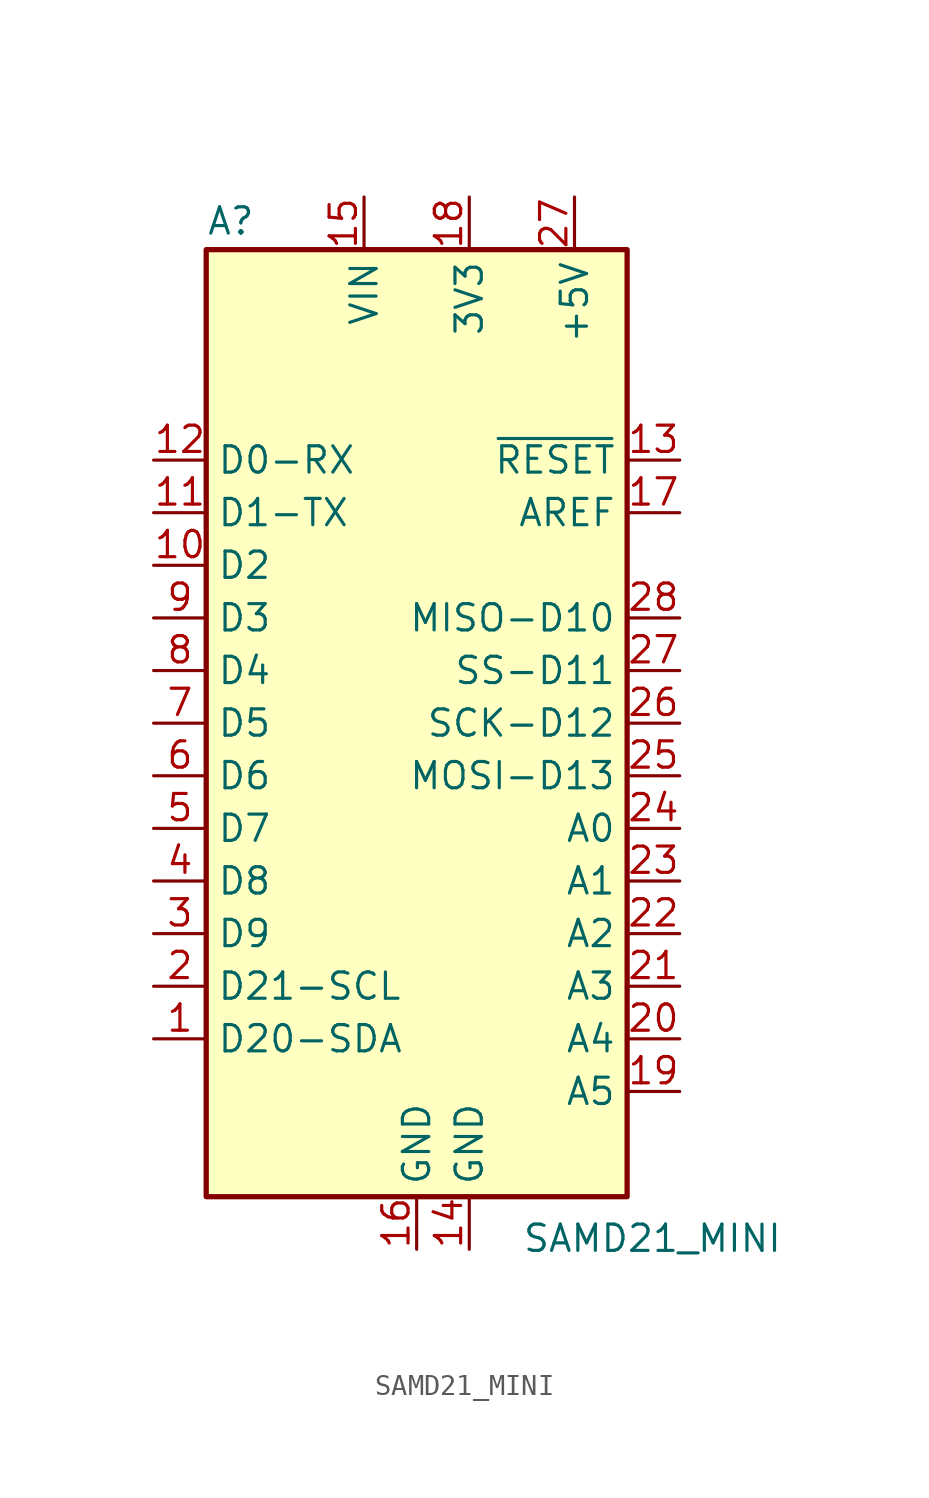
<source format=kicad_sym>
(kicad_symbol_lib
  (version 20211014)
  (generator kicad_symbol_editor)
  (symbol "SAMD21_MINI"
    (property "Reference" "A"
      (at -10.16 23.495 0)
      (effects (font (size 1.27 1.27)) (justify left bottom)))
    (property "Value" "SAMD21_MINI"
      (at 5.08 -24.13 0)
      (effects (font (size 1.27 1.27)) (justify left top)))
    (symbol "SAMD21_MINI_0_1"
      (rectangle (start -10.16 22.86) (end 10.16 -22.86) (stroke (width 0.254) (type default) (color 0 0 0 0)) (fill (type background))))
    (symbol "SAMD21_MINI_1_1"
      (pin bidirectional line (at -12.7 -15.24 0) (length 2.54) (name "D20-SDA" (effects (font (size 1.27 1.27)))) (number "1" (effects (font (size 1.27 1.27)))))
      (pin bidirectional line (at -12.7 7.62 0) (length 2.54) (name "D2" (effects (font (size 1.27 1.27)))) (number "10" (effects (font (size 1.27 1.27)))))
      (pin bidirectional line (at -12.7 10.16 0) (length 2.54) (name "D1-TX" (effects (font (size 1.27 1.27)))) (number "11" (effects (font (size 1.27 1.27)))))
      (pin bidirectional line (at -12.7 12.7 0) (length 2.54) (name "D0-RX" (effects (font (size 1.27 1.27)))) (number "12" (effects (font (size 1.27 1.27)))))
      (pin input line (at 12.7 12.7 180) (length 2.54) (name "~{RESET}" (effects (font (size 1.27 1.27)))) (number "13" (effects (font (size 1.27 1.27)))))
      (pin power_in line (at 2.54 -25.4 90) (length 2.54) (name "GND" (effects (font (size 1.27 1.27)))) (number "14" (effects (font (size 1.27 1.27)))))
      (pin power_in line (at -2.54 25.4 270) (length 2.54) (name "VIN" (effects (font (size 1.27 1.27)))) (number "15" (effects (font (size 1.27 1.27)))))
      (pin power_in line (at 0 -25.4 90) (length 2.54) (name "GND" (effects (font (size 1.27 1.27)))) (number "16" (effects (font (size 1.27 1.27)))))
      (pin input line (at 12.7 10.16 180) (length 2.54) (name "AREF" (effects (font (size 1.27 1.27)))) (number "17" (effects (font (size 1.27 1.27)))))
      (pin power_out line (at 2.54 25.4 270) (length 2.54) (name "3V3" (effects (font (size 1.27 1.27)))) (number "18" (effects (font (size 1.27 1.27)))))
      (pin bidirectional line (at 12.7 -17.78 180) (length 2.54) (name "A5" (effects (font (size 1.27 1.27)))) (number "19" (effects (font (size 1.27 1.27)))))
      (pin bidirectional line (at -12.7 -12.7 0) (length 2.54) (name "D21-SCL" (effects (font (size 1.27 1.27)))) (number "2" (effects (font (size 1.27 1.27)))))
      (pin bidirectional line (at 12.7 -15.24 180) (length 2.54) (name "A4" (effects (font (size 1.27 1.27)))) (number "20" (effects (font (size 1.27 1.27)))))
      (pin bidirectional line (at 12.7 -12.7 180) (length 2.54) (name "A3" (effects (font (size 1.27 1.27)))) (number "21" (effects (font (size 1.27 1.27)))))
      (pin bidirectional line (at 12.7 -10.16 180) (length 2.54) (name "A2" (effects (font (size 1.27 1.27)))) (number "22" (effects (font (size 1.27 1.27)))))
      (pin bidirectional line (at 12.7 -7.62 180) (length 2.54) (name "A1" (effects (font (size 1.27 1.27)))) (number "23" (effects (font (size 1.27 1.27)))))
      (pin bidirectional line (at 12.7 -5.08 180) (length 2.54) (name "A0" (effects (font (size 1.27 1.27)))) (number "24" (effects (font (size 1.27 1.27)))))
      (pin bidirectional line (at 12.7 -2.54 180) (length 2.54) (name "MOSI-D13" (effects (font (size 1.27 1.27)))) (number "25" (effects (font (size 1.27 1.27)))))
      (pin bidirectional line (at 12.7 0 180) (length 2.54) (name "SCK-D12" (effects (font (size 1.27 1.27)))) (number "26" (effects (font (size 1.27 1.27)))))
      (pin power_out line (at 7.62 25.4 270) (length 2.54) (name "+5V" (effects (font (size 1.27 1.27)))) (number "27" (effects (font (size 1.27 1.27)))))
      (pin bidirectional line (at 12.7 2.54 180) (length 2.54) (name "SS-D11" (effects (font (size 1.27 1.27)))) (number "27" (effects (font (size 1.27 1.27)))))
      (pin bidirectional line (at 12.7 5.08 180) (length 2.54) (name "MISO-D10" (effects (font (size 1.27 1.27)))) (number "28" (effects (font (size 1.27 1.27)))))
      (pin bidirectional line (at -12.7 -10.16 0) (length 2.54) (name "D9" (effects (font (size 1.27 1.27)))) (number "3" (effects (font (size 1.27 1.27)))))
      (pin bidirectional line (at -12.7 -7.62 0) (length 2.54) (name "D8" (effects (font (size 1.27 1.27)))) (number "4" (effects (font (size 1.27 1.27)))))
      (pin bidirectional line (at -12.7 -5.08 0) (length 2.54) (name "D7" (effects (font (size 1.27 1.27)))) (number "5" (effects (font (size 1.27 1.27)))))
      (pin bidirectional line (at -12.7 -2.54 0) (length 2.54) (name "D6" (effects (font (size 1.27 1.27)))) (number "6" (effects (font (size 1.27 1.27)))))
      (pin bidirectional line (at -12.7 0 0) (length 2.54) (name "D5" (effects (font (size 1.27 1.27)))) (number "7" (effects (font (size 1.27 1.27)))))
      (pin bidirectional line (at -12.7 2.54 0) (length 2.54) (name "D4" (effects (font (size 1.27 1.27)))) (number "8" (effects (font (size 1.27 1.27)))))
      (pin bidirectional line (at -12.7 5.08 0) (length 2.54) (name "D3" (effects (font (size 1.27 1.27)))) (number "9" (effects (font (size 1.27 1.27))))))))
</source>
